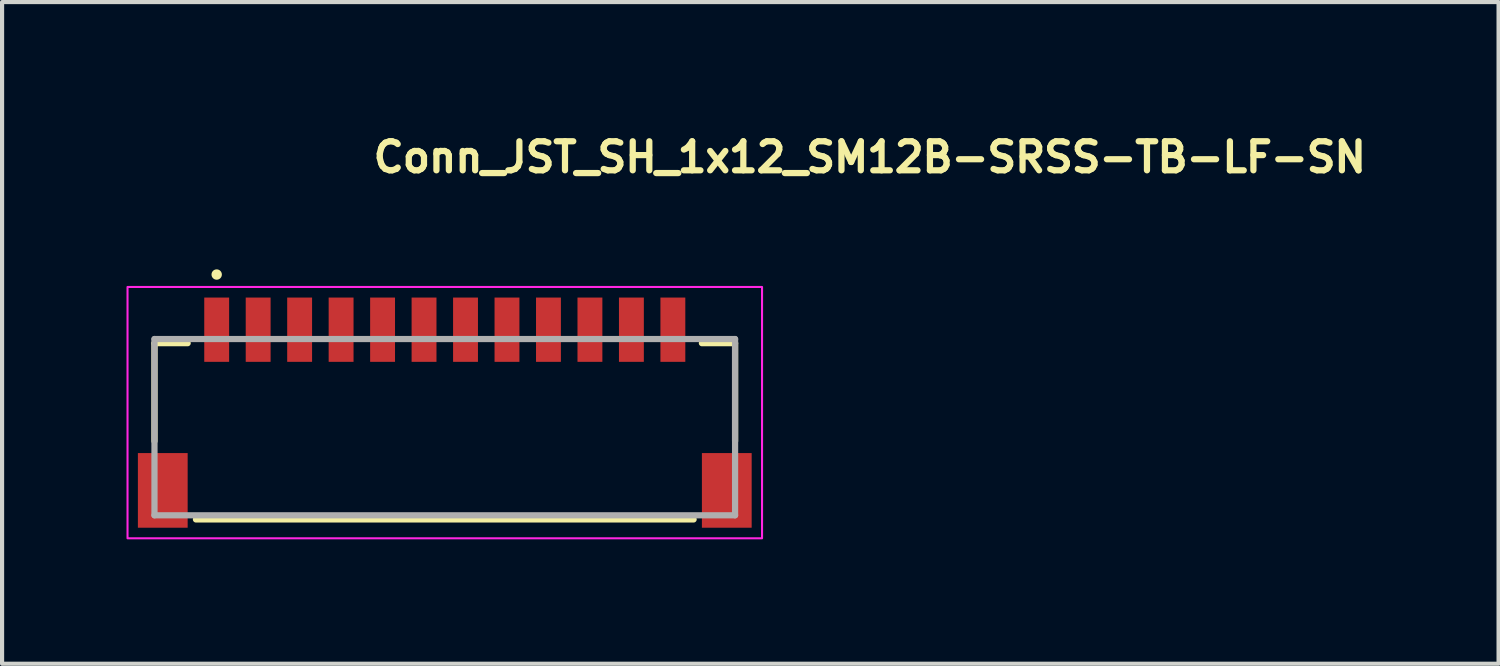
<source format=kicad_pcb>
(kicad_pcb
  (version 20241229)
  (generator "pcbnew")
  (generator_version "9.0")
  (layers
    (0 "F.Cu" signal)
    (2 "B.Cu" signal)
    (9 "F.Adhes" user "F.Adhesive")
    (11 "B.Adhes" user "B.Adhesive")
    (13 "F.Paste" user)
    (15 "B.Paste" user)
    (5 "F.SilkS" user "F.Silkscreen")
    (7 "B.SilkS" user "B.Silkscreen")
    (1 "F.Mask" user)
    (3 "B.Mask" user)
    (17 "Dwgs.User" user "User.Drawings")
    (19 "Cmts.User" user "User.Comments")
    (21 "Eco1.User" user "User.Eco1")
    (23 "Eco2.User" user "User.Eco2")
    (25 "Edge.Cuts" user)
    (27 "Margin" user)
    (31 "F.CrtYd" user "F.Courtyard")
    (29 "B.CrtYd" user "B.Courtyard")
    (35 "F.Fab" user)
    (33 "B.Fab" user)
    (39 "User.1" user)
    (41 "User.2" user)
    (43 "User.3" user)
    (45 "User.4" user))
  (footprint "Conn_JST_SH_1x12_SM12B-SRSS-TB-LF-SN"
    (layer "F.Cu")
    (at 7.675 6.87)
    (property "Reference" "Conn_JST_SH_1x12_SM12B-SRSS-TB-LF-SN" (at -1.8 -5.72 0) (layer "F.SilkS") (effects (font (size 0.7 0.7) (thickness 0.15)) (justify left bottom)))
    (attr smd)
    (fp_line (start -7 -1.645) (end -7 0.717) (stroke (width 0.15) (type solid)) (layer "F.SilkS"))
    (fp_line (start -6.2 -1.645) (end -7 -1.645) (stroke (width 0.15) (type solid)) (layer "F.SilkS"))
    (fp_line (start -6 2.605) (end 6 2.605) (stroke (width 0.15) (type solid)) (layer "F.SilkS"))
    (fp_line (start 6.2 -1.645) (end 7 -1.645) (stroke (width 0.15) (type solid)) (layer "F.SilkS"))
    (fp_line (start 7 -1.645) (end 7 0.717) (stroke (width 0.15) (type solid)) (layer "F.SilkS"))
    (fp_circle (center -5.5 -3.3) (end -5.45 -3.3) (stroke (width 0.15) (type solid)) (fill yes) (layer "F.SilkS"))
    (fp_rect (start -7.65 -3) (end 7.65 3.06) (stroke (width 0.05) (type solid)) (fill no) (layer "F.CrtYd"))
    (fp_line (start -7 -1.745) (end 7 -1.745) (stroke (width 0.15) (type solid)) (layer "F.Fab"))
    (fp_line (start -7 2.505) (end -7 -1.745) (stroke (width 0.15) (type solid)) (layer "F.Fab"))
    (fp_line (start 7 -1.745) (end 7 2.505) (stroke (width 0.15) (type solid)) (layer "F.Fab"))
    (fp_line (start 7 2.505) (end -7 2.505) (stroke (width 0.15) (type solid)) (layer "F.Fab"))
    (fp_rect (start -7 -2.475) (end 7 2.475) (stroke (width 0.1) (type solid)) (fill no) (layer "User.5"))
    (fp_line (start -7 -1.225) (end -7 -1.775) (stroke (width 0.02) (type solid)) (layer "User.9"))
    (fp_line (start -7 -0.575) (end -7 -1.225) (stroke (width 0.02) (type solid)) (layer "User.9"))
    (fp_line (start -7 -0.286) (end -7 -0.575) (stroke (width 0.02) (type solid)) (layer "User.9"))
    (fp_line (start -7 -0.286) (end -7 2.475) (stroke (width 0.02) (type solid)) (layer "User.9"))
    (fp_line (start -7 2.475) (end 7 2.475) (stroke (width 0.02) (type solid)) (layer "User.9"))
    (fp_line (start -6.5 -1.775) (end -7 -1.775) (stroke (width 0.02) (type solid)) (layer "User.9"))
    (fp_line (start -6.5 -1.775) (end -6.5 -0.286) (stroke (width 0.02) (type solid)) (layer "User.9"))
    (fp_line (start -6.5 -1.225) (end -7 -1.225) (stroke (width 0.02) (type solid)) (layer "User.9"))
    (fp_line (start -6.5 -0.575) (end -7 -0.575) (stroke (width 0.02) (type solid)) (layer "User.9"))
    (fp_line (start -6.5 -0.286) (end -7 -0.286) (stroke (width 0.02) (type solid)) (layer "User.9"))
    (fp_line (start -5.6 -2.475) (end -5.4 -2.475) (stroke (width 0.02) (type solid)) (layer "User.9"))
    (fp_line (start -5.6 -1.775) (end -5.6 -2.475) (stroke (width 0.02) (type solid)) (layer "User.9"))
    (fp_line (start -5.4 -1.775) (end -5.4 -2.475) (stroke (width 0.02) (type solid)) (layer "User.9"))
    (fp_line (start -4.6 -2.475) (end -4.4 -2.475) (stroke (width 0.02) (type solid)) (layer "User.9"))
    (fp_line (start -4.6 -1.775) (end -4.6 -2.475) (stroke (width 0.02) (type solid)) (layer "User.9"))
    (fp_line (start -4.4 -1.775) (end -4.4 -2.475) (stroke (width 0.02) (type solid)) (layer "User.9"))
    (fp_line (start -3.6 -2.475) (end -3.4 -2.475) (stroke (width 0.02) (type solid)) (layer "User.9"))
    (fp_line (start -3.6 -1.775) (end -3.6 -2.475) (stroke (width 0.02) (type solid)) (layer "User.9"))
    (fp_line (start -3.4 -1.775) (end -3.4 -2.475) (stroke (width 0.02) (type solid)) (layer "User.9"))
    (fp_line (start -2.6 -2.475) (end -2.4 -2.475) (stroke (width 0.02) (type solid)) (layer "User.9"))
    (fp_line (start -2.6 -1.775) (end -2.6 -2.475) (stroke (width 0.02) (type solid)) (layer "User.9"))
    (fp_line (start -2.4 -1.775) (end -2.4 -2.475) (stroke (width 0.02) (type solid)) (layer "User.9"))
    (fp_line (start -1.6 -2.475) (end -1.4 -2.475) (stroke (width 0.02) (type solid)) (layer "User.9"))
    (fp_line (start -1.6 -1.775) (end -1.6 -2.475) (stroke (width 0.02) (type solid)) (layer "User.9"))
    (fp_line (start -1.4 -1.775) (end -1.4 -2.475) (stroke (width 0.02) (type solid)) (layer "User.9"))
    (fp_line (start -0.6 -2.475) (end -0.4 -2.475) (stroke (width 0.02) (type solid)) (layer "User.9"))
    (fp_line (start -0.6 -1.775) (end -0.6 -2.475) (stroke (width 0.02) (type solid)) (layer "User.9"))
    (fp_line (start -0.4 -1.775) (end -0.4 -2.475) (stroke (width 0.02) (type solid)) (layer "User.9"))
    (fp_line (start 0.4 -2.475) (end 0.6 -2.475) (stroke (width 0.02) (type solid)) (layer "User.9"))
    (fp_line (start 0.4 -1.775) (end 0.4 -2.475) (stroke (width 0.02) (type solid)) (layer "User.9"))
    (fp_line (start 0.6 -1.775) (end 0.6 -2.475) (stroke (width 0.02) (type solid)) (layer "User.9"))
    (fp_line (start 1.4 -2.475) (end 1.6 -2.475) (stroke (width 0.02) (type solid)) (layer "User.9"))
    (fp_line (start 1.4 -1.775) (end 1.4 -2.475) (stroke (width 0.02) (type solid)) (layer "User.9"))
    (fp_line (start 1.6 -1.775) (end 1.6 -2.475) (stroke (width 0.02) (type solid)) (layer "User.9"))
    (fp_line (start 2.4 -2.475) (end 2.6 -2.475) (stroke (width 0.02) (type solid)) (layer "User.9"))
    (fp_line (start 2.4 -1.775) (end 2.4 -2.475) (stroke (width 0.02) (type solid)) (layer "User.9"))
    (fp_line (start 2.6 -1.775) (end 2.6 -2.475) (stroke (width 0.02) (type solid)) (layer "User.9"))
    (fp_line (start 3.4 -2.475) (end 3.6 -2.475) (stroke (width 0.02) (type solid)) (layer "User.9"))
    (fp_line (start 3.4 -1.775) (end 3.4 -2.475) (stroke (width 0.02) (type solid)) (layer "User.9"))
    (fp_line (start 3.6 -1.775) (end 3.6 -2.475) (stroke (width 0.02) (type solid)) (layer "User.9"))
    (fp_line (start 4.4 -2.475) (end 4.6 -2.475) (stroke (width 0.02) (type solid)) (layer "User.9"))
    (fp_line (start 4.4 -1.775) (end 4.4 -2.475) (stroke (width 0.02) (type solid)) (layer "User.9"))
    (fp_line (start 4.6 -1.775) (end 4.6 -2.475) (stroke (width 0.02) (type solid)) (layer "User.9"))
    (fp_line (start 5.4 -2.475) (end 5.6 -2.475) (stroke (width 0.02) (type solid)) (layer "User.9"))
    (fp_line (start 5.4 -1.775) (end 5.4 -2.475) (stroke (width 0.02) (type solid)) (layer "User.9"))
    (fp_line (start 5.6 -1.775) (end 5.6 -2.475) (stroke (width 0.02) (type solid)) (layer "User.9"))
    (fp_line (start 6.5 -1.775) (end -6.5 -1.775) (stroke (width 0.02) (type solid)) (layer "User.9"))
    (fp_line (start 6.5 -1.775) (end 6.5 -0.286) (stroke (width 0.02) (type solid)) (layer "User.9"))
    (fp_line (start 6.5 -1.775) (end 7 -1.775) (stroke (width 0.02) (type solid)) (layer "User.9"))
    (fp_line (start 6.5 -1.225) (end 7 -1.225) (stroke (width 0.02) (type solid)) (layer "User.9"))
    (fp_line (start 6.5 -0.575) (end 7 -0.575) (stroke (width 0.02) (type solid)) (layer "User.9"))
    (fp_line (start 6.5 -0.286) (end 7 -0.286) (stroke (width 0.02) (type solid)) (layer "User.9"))
    (fp_line (start 7 -1.225) (end 7 -1.775) (stroke (width 0.02) (type solid)) (layer "User.9"))
    (fp_line (start 7 -0.575) (end 7 -1.225) (stroke (width 0.02) (type solid)) (layer "User.9"))
    (fp_line (start 7 -0.286) (end 7 -0.575) (stroke (width 0.02) (type solid)) (layer "User.9"))
    (fp_line (start 7 2.475) (end 7 -0.286) (stroke (width 0.02) (type solid)) (layer "User.9"))
    (pad "1" smd rect (at -5.5 -1.97) (size 0.6 1.55) (layers "F.Cu" "F.Mask" "F.Paste"))
    (pad "2" smd rect (at -4.5 -1.97) (size 0.6 1.55) (layers "F.Cu" "F.Mask" "F.Paste"))
    (pad "3" smd rect (at -3.5 -1.97) (size 0.6 1.55) (layers "F.Cu" "F.Mask" "F.Paste"))
    (pad "4" smd rect (at -2.5 -1.97) (size 0.6 1.55) (layers "F.Cu" "F.Mask" "F.Paste"))
    (pad "5" smd rect (at -1.5 -1.97) (size 0.6 1.55) (layers "F.Cu" "F.Mask" "F.Paste"))
    (pad "6" smd rect (at -0.5 -1.97) (size 0.6 1.55) (layers "F.Cu" "F.Mask" "F.Paste"))
    (pad "7" smd rect (at 0.5 -1.97) (size 0.6 1.55) (layers "F.Cu" "F.Mask" "F.Paste"))
    (pad "8" smd rect (at 1.5 -1.97) (size 0.6 1.55) (layers "F.Cu" "F.Mask" "F.Paste"))
    (pad "9" smd rect (at 2.5 -1.97) (size 0.6 1.55) (layers "F.Cu" "F.Mask" "F.Paste"))
    (pad "10" smd rect (at 3.5 -1.97) (size 0.6 1.55) (layers "F.Cu" "F.Mask" "F.Paste"))
    (pad "11" smd rect (at 4.5 -1.97) (size 0.6 1.55) (layers "F.Cu" "F.Mask" "F.Paste"))
    (pad "12" smd rect (at 5.5 -1.97) (size 0.6 1.55) (layers "F.Cu" "F.Mask" "F.Paste"))
    (pad "MP1" smd rect (at -6.8 1.905) (size 1.2 1.8) (layers "F.Cu" "F.Mask" "F.Paste"))
    (pad "MP2" smd rect (at 6.8 1.905) (size 1.2 1.8) (layers "F.Cu" "F.Mask" "F.Paste")))
  (gr_rect
    (start -3 -3)
    (end 33.085 12.955)
    (stroke (width 0.1) (type default))
    (fill no)
    (layer "Edge.Cuts")))
</source>
